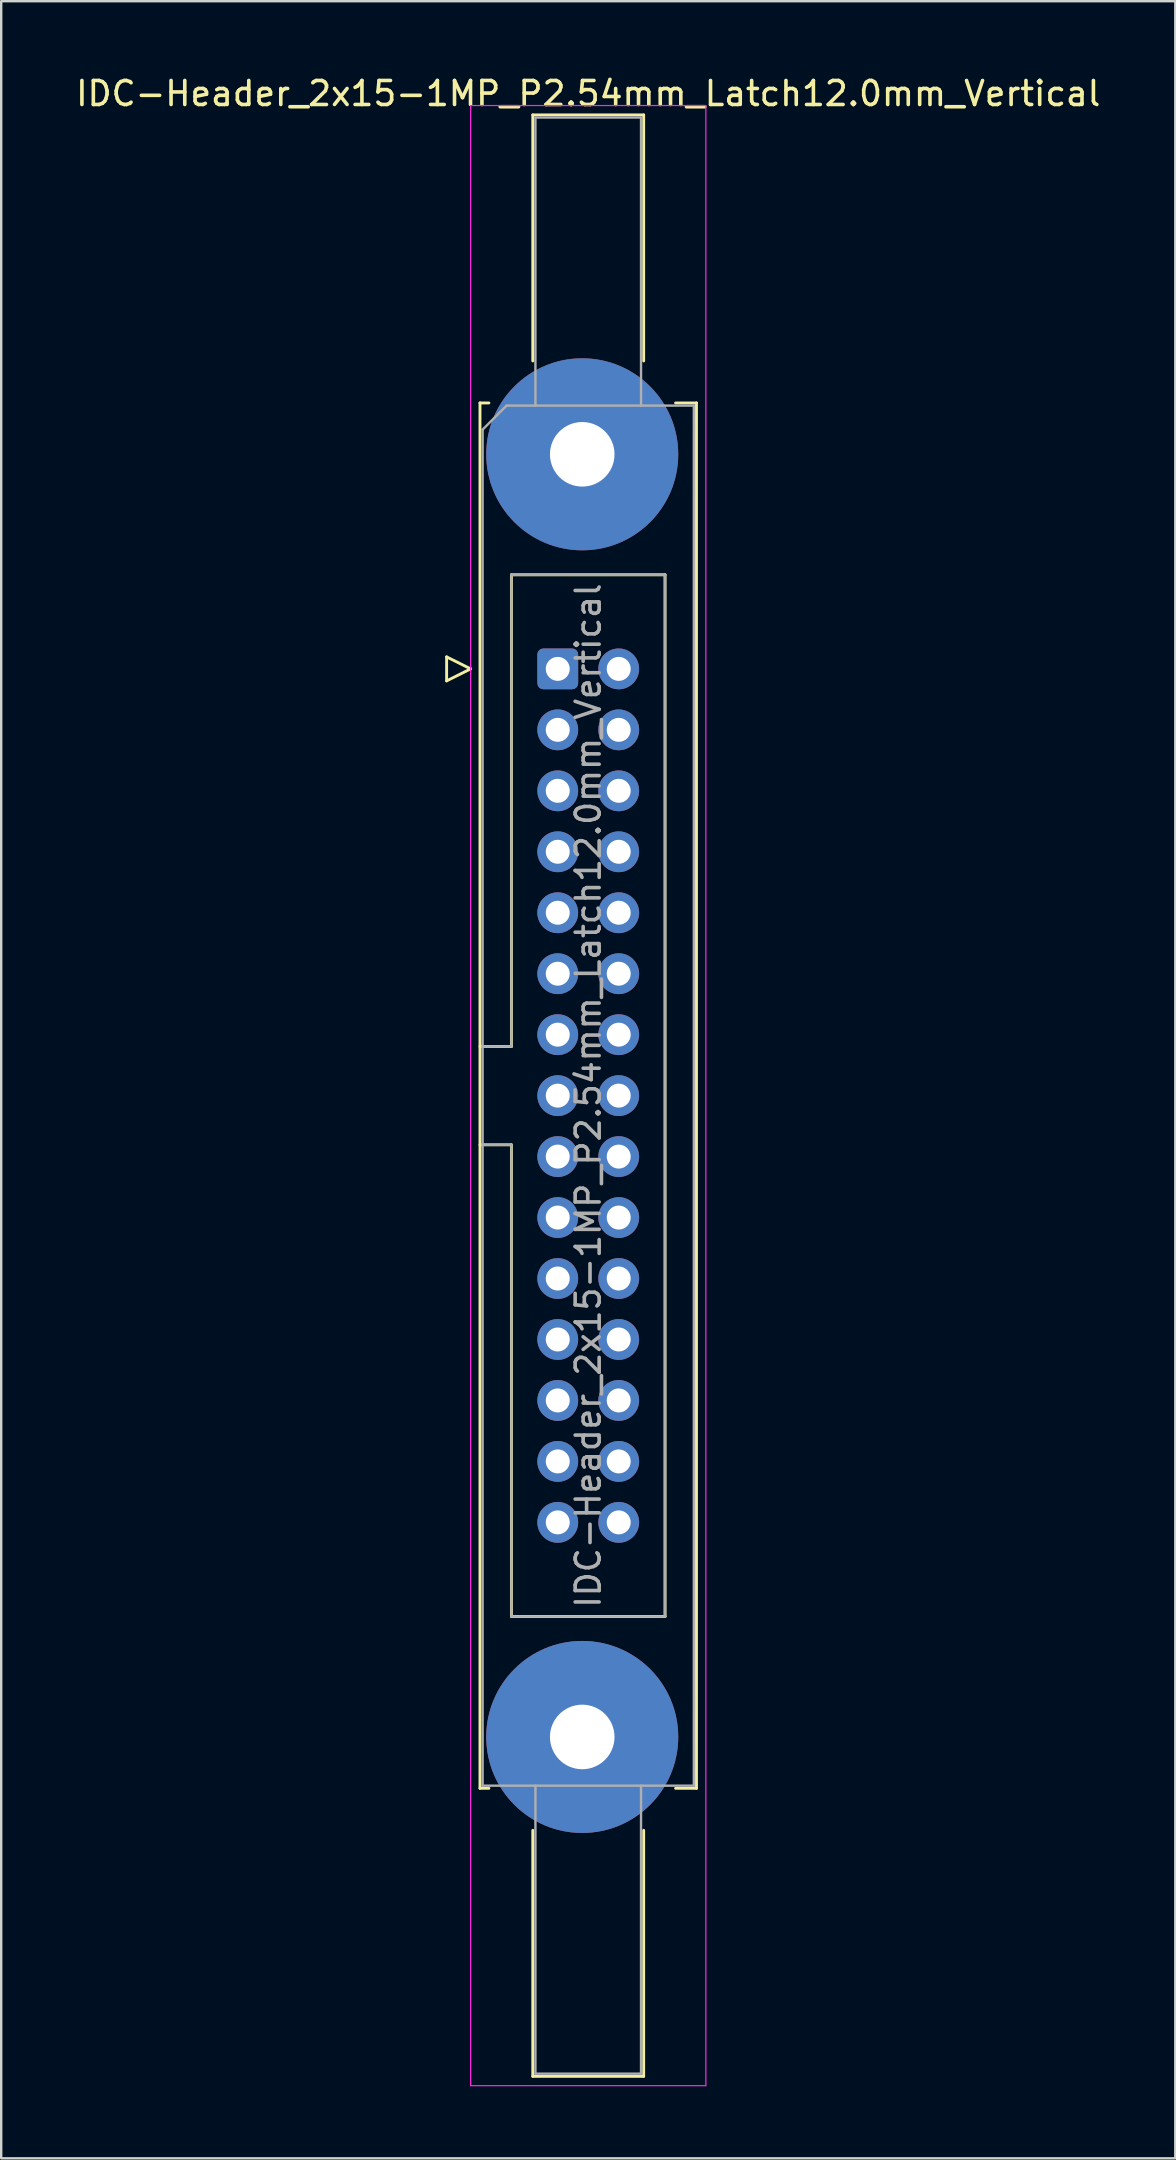
<source format=kicad_pcb>
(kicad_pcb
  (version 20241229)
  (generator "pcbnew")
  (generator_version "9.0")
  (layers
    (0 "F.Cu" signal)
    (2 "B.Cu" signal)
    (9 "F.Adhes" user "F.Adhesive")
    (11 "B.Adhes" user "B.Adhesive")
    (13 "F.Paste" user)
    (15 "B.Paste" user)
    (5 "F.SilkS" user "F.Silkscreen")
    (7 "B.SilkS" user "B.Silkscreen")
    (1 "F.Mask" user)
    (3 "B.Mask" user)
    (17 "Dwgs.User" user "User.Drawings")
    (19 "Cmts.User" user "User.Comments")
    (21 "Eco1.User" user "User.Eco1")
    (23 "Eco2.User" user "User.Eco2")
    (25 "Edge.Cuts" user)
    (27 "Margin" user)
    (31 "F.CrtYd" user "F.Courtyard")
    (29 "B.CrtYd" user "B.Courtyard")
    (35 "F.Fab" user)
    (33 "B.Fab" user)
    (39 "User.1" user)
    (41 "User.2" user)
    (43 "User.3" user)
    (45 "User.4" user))
  (footprint "IDC-Header_2x15-1MP_P2.54mm_Latch12.0mm_Vertical"
    (layer "F.Cu")
    (at 20.188 24.818)
    (property "Reference" "IDC-Header_2x15-1MP_P2.54mm_Latch12.0mm_Vertical" (at 1.27 -23.97 0) (layer "F.SilkS") (effects (font (size 1 1) (thickness 0.15))))
    (attr through_hole)
    (fp_line (start -4.63 -0.5) (end -4.63 0.5) (stroke (width 0.12) (type solid)) (layer "F.SilkS"))
    (fp_line (start -4.63 0.5) (end -3.63 0) (stroke (width 0.12) (type solid)) (layer "F.SilkS"))
    (fp_line (start -3.63 0) (end -4.63 -0.5) (stroke (width 0.12) (type solid)) (layer "F.SilkS"))
    (fp_line (start -3.24 -11.08) (end -3.24 46.64) (stroke (width 0.12) (type solid)) (layer "F.SilkS"))
    (fp_line (start -3.24 15.73) (end -1.93 15.73) (stroke (width 0.12) (type solid)) (layer "F.SilkS"))
    (fp_line (start -3.24 46.64) (end -2.87 46.64) (stroke (width 0.12) (type solid)) (layer "F.SilkS"))
    (fp_line (start -2.87 -11.08) (end -3.24 -11.08) (stroke (width 0.12) (type solid)) (layer "F.SilkS"))
    (fp_line (start -1.93 -3.92) (end 4.47 -3.92) (stroke (width 0.12) (type solid)) (layer "F.SilkS"))
    (fp_line (start -1.93 15.73) (end -1.93 -3.92) (stroke (width 0.12) (type solid)) (layer "F.SilkS"))
    (fp_line (start -1.93 19.83) (end -3.24 19.83) (stroke (width 0.12) (type solid)) (layer "F.SilkS"))
    (fp_line (start -1.93 39.48) (end -1.93 19.83) (stroke (width 0.12) (type solid)) (layer "F.SilkS"))
    (fp_line (start -1.04 -23.08) (end 3.58 -23.08) (stroke (width 0.12) (type solid)) (layer "F.SilkS"))
    (fp_line (start -1.04 -12.83) (end -1.04 -23.08) (stroke (width 0.12) (type solid)) (layer "F.SilkS"))
    (fp_line (start -1.04 48.39) (end -1.04 58.64) (stroke (width 0.12) (type solid)) (layer "F.SilkS"))
    (fp_line (start -1.04 58.64) (end 3.58 58.64) (stroke (width 0.12) (type solid)) (layer "F.SilkS"))
    (fp_line (start 3.58 -23.08) (end 3.58 -12.83) (stroke (width 0.12) (type solid)) (layer "F.SilkS"))
    (fp_line (start 3.58 58.64) (end 3.58 48.39) (stroke (width 0.12) (type solid)) (layer "F.SilkS"))
    (fp_line (start 4.47 -3.92) (end 4.47 39.48) (stroke (width 0.12) (type solid)) (layer "F.SilkS"))
    (fp_line (start 4.47 39.48) (end -1.93 39.48) (stroke (width 0.12) (type solid)) (layer "F.SilkS"))
    (fp_line (start 4.91 -11.08) (end 5.78 -11.08) (stroke (width 0.12) (type solid)) (layer "F.SilkS"))
    (fp_line (start 5.78 -11.08) (end 5.78 46.64) (stroke (width 0.12) (type solid)) (layer "F.SilkS"))
    (fp_line (start 5.78 46.64) (end 4.91 46.64) (stroke (width 0.12) (type solid)) (layer "F.SilkS"))
    (fp_line (start -3.63 -23.47) (end -3.63 59.03) (stroke (width 0.05) (type solid)) (layer "F.CrtYd"))
    (fp_line (start -3.63 59.03) (end 6.17 59.03) (stroke (width 0.05) (type solid)) (layer "F.CrtYd"))
    (fp_line (start 6.17 -23.47) (end -3.63 -23.47) (stroke (width 0.05) (type solid)) (layer "F.CrtYd"))
    (fp_line (start 6.17 59.03) (end 6.17 -23.47) (stroke (width 0.05) (type solid)) (layer "F.CrtYd"))
    (fp_line (start -3.13 -9.97) (end -2.13 -10.97) (stroke (width 0.1) (type solid)) (layer "F.Fab"))
    (fp_line (start -3.13 15.73) (end -1.93 15.73) (stroke (width 0.1) (type solid)) (layer "F.Fab"))
    (fp_line (start -3.13 46.53) (end -3.13 -9.97) (stroke (width 0.1) (type solid)) (layer "F.Fab"))
    (fp_line (start -2.13 -10.97) (end 5.67 -10.97) (stroke (width 0.1) (type solid)) (layer "F.Fab"))
    (fp_line (start -1.93 -3.92) (end 4.47 -3.92) (stroke (width 0.1) (type solid)) (layer "F.Fab"))
    (fp_line (start -1.93 15.73) (end -1.93 -3.92) (stroke (width 0.1) (type solid)) (layer "F.Fab"))
    (fp_line (start -1.93 19.83) (end -3.13 19.83) (stroke (width 0.1) (type solid)) (layer "F.Fab"))
    (fp_line (start -1.93 39.48) (end -1.93 19.83) (stroke (width 0.1) (type solid)) (layer "F.Fab"))
    (fp_line (start -0.93 -22.97) (end 3.47 -22.97) (stroke (width 0.1) (type solid)) (layer "F.Fab"))
    (fp_line (start -0.93 -10.97) (end -0.93 -22.97) (stroke (width 0.1) (type solid)) (layer "F.Fab"))
    (fp_line (start -0.93 46.53) (end -0.93 58.53) (stroke (width 0.1) (type solid)) (layer "F.Fab"))
    (fp_line (start -0.93 58.53) (end 3.47 58.53) (stroke (width 0.1) (type solid)) (layer "F.Fab"))
    (fp_line (start 3.47 -22.97) (end 3.47 -10.97) (stroke (width 0.1) (type solid)) (layer "F.Fab"))
    (fp_line (start 3.47 58.53) (end 3.47 46.53) (stroke (width 0.1) (type solid)) (layer "F.Fab"))
    (fp_line (start 4.47 -3.92) (end 4.47 39.48) (stroke (width 0.1) (type solid)) (layer "F.Fab"))
    (fp_line (start 4.47 39.48) (end -1.93 39.48) (stroke (width 0.1) (type solid)) (layer "F.Fab"))
    (fp_line (start 5.67 -10.97) (end 5.67 46.53) (stroke (width 0.1) (type solid)) (layer "F.Fab"))
    (fp_line (start 5.67 46.53) (end -3.13 46.53) (stroke (width 0.1) (type solid)) (layer "F.Fab"))
    (fp_text user "${REFERENCE}" (at 1.27 17.78 90) (layer "F.Fab") (effects (font (size 1 1) (thickness 0.15))))
    (pad "1" thru_hole roundrect (at 0 0) (size 1.7 1.7) (drill 1) (layers "*.Cu" "*.Mask") (roundrect_rratio 0.147))
    (pad "2" thru_hole circle (at 2.54 0) (size 1.7 1.7) (drill 1) (layers "*.Cu" "*.Mask"))
    (pad "3" thru_hole circle (at 0 2.54) (size 1.7 1.7) (drill 1) (layers "*.Cu" "*.Mask"))
    (pad "4" thru_hole circle (at 2.54 2.54) (size 1.7 1.7) (drill 1) (layers "*.Cu" "*.Mask"))
    (pad "5" thru_hole circle (at 0 5.08) (size 1.7 1.7) (drill 1) (layers "*.Cu" "*.Mask"))
    (pad "6" thru_hole circle (at 2.54 5.08) (size 1.7 1.7) (drill 1) (layers "*.Cu" "*.Mask"))
    (pad "7" thru_hole circle (at 0 7.62) (size 1.7 1.7) (drill 1) (layers "*.Cu" "*.Mask"))
    (pad "8" thru_hole circle (at 2.54 7.62) (size 1.7 1.7) (drill 1) (layers "*.Cu" "*.Mask"))
    (pad "9" thru_hole circle (at 0 10.16) (size 1.7 1.7) (drill 1) (layers "*.Cu" "*.Mask"))
    (pad "10" thru_hole circle (at 2.54 10.16) (size 1.7 1.7) (drill 1) (layers "*.Cu" "*.Mask"))
    (pad "11" thru_hole circle (at 0 12.7) (size 1.7 1.7) (drill 1) (layers "*.Cu" "*.Mask"))
    (pad "12" thru_hole circle (at 2.54 12.7) (size 1.7 1.7) (drill 1) (layers "*.Cu" "*.Mask"))
    (pad "13" thru_hole circle (at 0 15.24) (size 1.7 1.7) (drill 1) (layers "*.Cu" "*.Mask"))
    (pad "14" thru_hole circle (at 2.54 15.24) (size 1.7 1.7) (drill 1) (layers "*.Cu" "*.Mask"))
    (pad "15" thru_hole circle (at 0 17.78) (size 1.7 1.7) (drill 1) (layers "*.Cu" "*.Mask"))
    (pad "16" thru_hole circle (at 2.54 17.78) (size 1.7 1.7) (drill 1) (layers "*.Cu" "*.Mask"))
    (pad "17" thru_hole circle (at 0 20.32) (size 1.7 1.7) (drill 1) (layers "*.Cu" "*.Mask"))
    (pad "18" thru_hole circle (at 2.54 20.32) (size 1.7 1.7) (drill 1) (layers "*.Cu" "*.Mask"))
    (pad "19" thru_hole circle (at 0 22.86) (size 1.7 1.7) (drill 1) (layers "*.Cu" "*.Mask"))
    (pad "20" thru_hole circle (at 2.54 22.86) (size 1.7 1.7) (drill 1) (layers "*.Cu" "*.Mask"))
    (pad "21" thru_hole circle (at 0 25.4) (size 1.7 1.7) (drill 1) (layers "*.Cu" "*.Mask"))
    (pad "22" thru_hole circle (at 2.54 25.4) (size 1.7 1.7) (drill 1) (layers "*.Cu" "*.Mask"))
    (pad "23" thru_hole circle (at 0 27.94) (size 1.7 1.7) (drill 1) (layers "*.Cu" "*.Mask"))
    (pad "24" thru_hole circle (at 2.54 27.94) (size 1.7 1.7) (drill 1) (layers "*.Cu" "*.Mask"))
    (pad "25" thru_hole circle (at 0 30.48) (size 1.7 1.7) (drill 1) (layers "*.Cu" "*.Mask"))
    (pad "26" thru_hole circle (at 2.54 30.48) (size 1.7 1.7) (drill 1) (layers "*.Cu" "*.Mask"))
    (pad "27" thru_hole circle (at 0 33.02) (size 1.7 1.7) (drill 1) (layers "*.Cu" "*.Mask"))
    (pad "28" thru_hole circle (at 2.54 33.02) (size 1.7 1.7) (drill 1) (layers "*.Cu" "*.Mask"))
    (pad "29" thru_hole circle (at 0 35.56) (size 1.7 1.7) (drill 1) (layers "*.Cu" "*.Mask"))
    (pad "30" thru_hole circle (at 2.54 35.56) (size 1.7 1.7) (drill 1) (layers "*.Cu" "*.Mask"))
    (pad "MP" thru_hole circle (at 1.02 -8.94) (size 8 8) (drill 2.69) (layers "*.Cu" "*.Mask"))
    (pad "MP" thru_hole circle (at 1.02 44.5) (size 8 8) (drill 2.69) (layers "*.Cu" "*.Mask")))
  (gr_rect
    (start -3 -3)
    (end 45.917 86.873)
    (stroke (width 0.1) (type default))
    (fill no)
    (layer "Edge.Cuts")))
</source>
